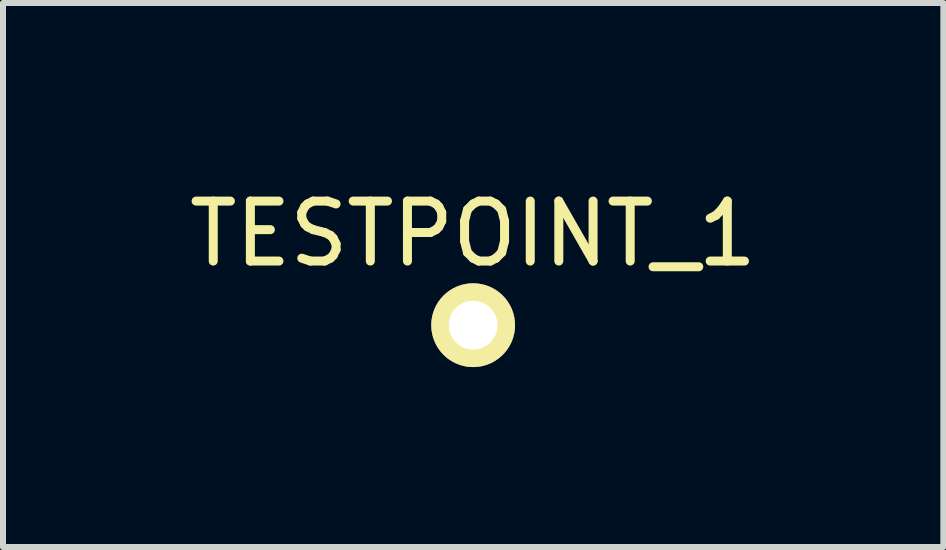
<source format=kicad_pcb>
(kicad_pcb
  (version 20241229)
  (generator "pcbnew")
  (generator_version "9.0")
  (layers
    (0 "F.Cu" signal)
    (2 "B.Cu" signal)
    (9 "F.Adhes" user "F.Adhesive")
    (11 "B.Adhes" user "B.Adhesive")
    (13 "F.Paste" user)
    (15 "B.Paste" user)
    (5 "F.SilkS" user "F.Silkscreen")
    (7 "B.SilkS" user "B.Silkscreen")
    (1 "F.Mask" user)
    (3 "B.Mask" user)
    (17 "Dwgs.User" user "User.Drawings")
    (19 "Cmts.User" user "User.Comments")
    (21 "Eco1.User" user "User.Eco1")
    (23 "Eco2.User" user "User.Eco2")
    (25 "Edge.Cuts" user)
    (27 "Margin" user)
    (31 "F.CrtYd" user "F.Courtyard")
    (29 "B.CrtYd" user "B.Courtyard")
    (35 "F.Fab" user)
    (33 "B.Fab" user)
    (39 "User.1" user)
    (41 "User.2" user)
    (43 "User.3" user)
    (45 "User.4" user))
  (footprint "TESTPOINT_1"
    (layer "F.Cu")
    (at 4.839 2.372)
    (property "Reference" "TESTPOINT_1" (at 0 -1.524 0) (layer "F.SilkS") (effects (font (size 1 1) (thickness 0.15))))
    (attr through_hole)
    (pad "1" thru_hole circle (at 0 0) (size 1.397 1.397) (drill 0.813) (layers "*.Cu" "*.Mask" "F.SilkS")))
  (gr_rect
    (start -3 -3)
    (end 12.679 6.071)
    (stroke (width 0.1) (type default))
    (fill no)
    (layer "Edge.Cuts")))
</source>
